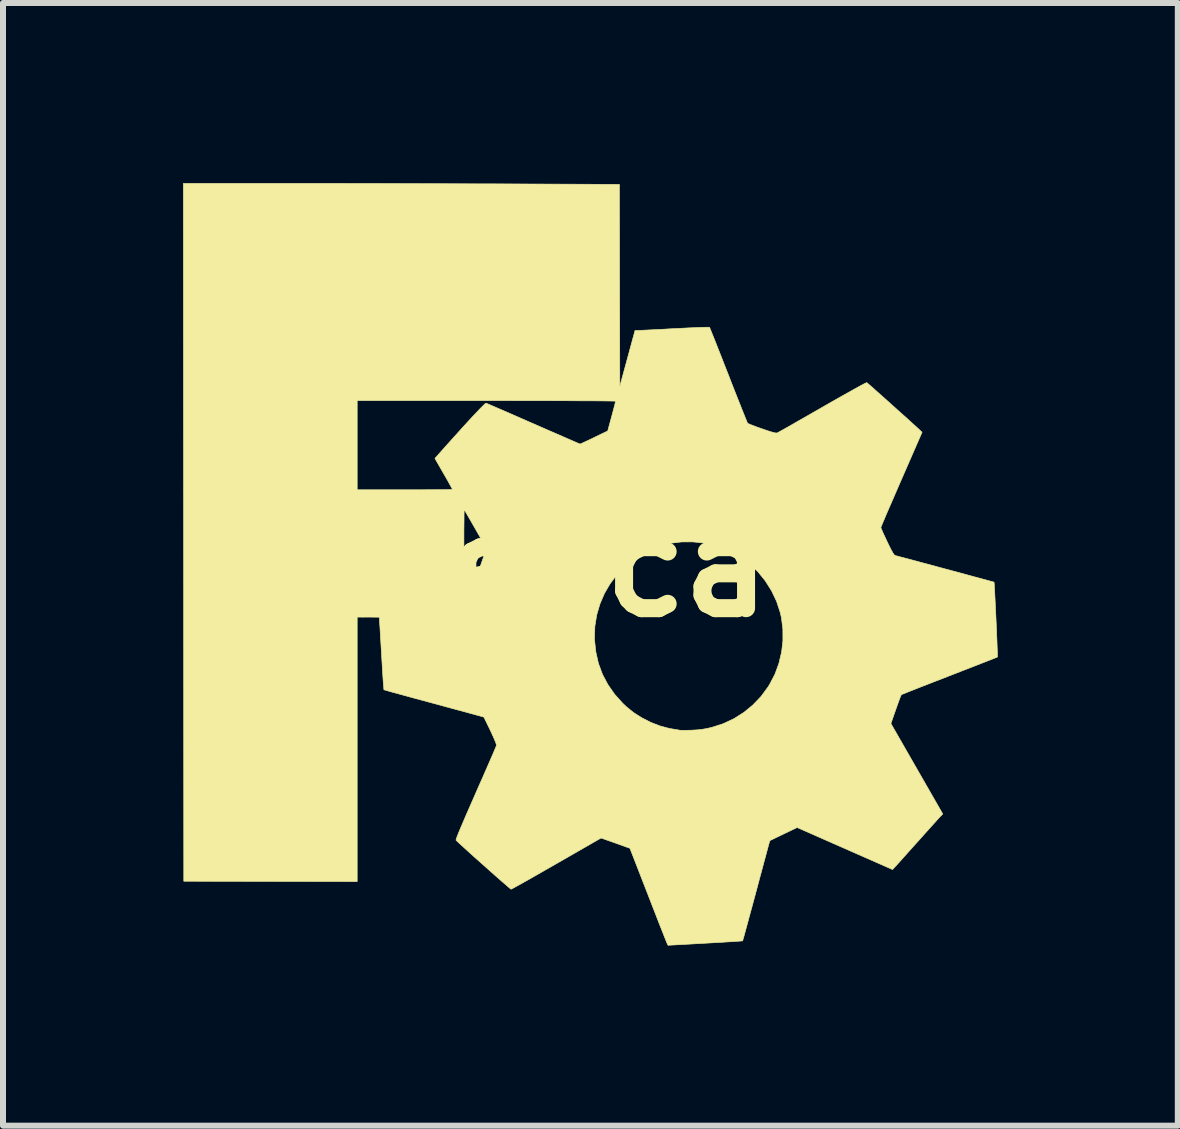
<source format=kicad_pcb>
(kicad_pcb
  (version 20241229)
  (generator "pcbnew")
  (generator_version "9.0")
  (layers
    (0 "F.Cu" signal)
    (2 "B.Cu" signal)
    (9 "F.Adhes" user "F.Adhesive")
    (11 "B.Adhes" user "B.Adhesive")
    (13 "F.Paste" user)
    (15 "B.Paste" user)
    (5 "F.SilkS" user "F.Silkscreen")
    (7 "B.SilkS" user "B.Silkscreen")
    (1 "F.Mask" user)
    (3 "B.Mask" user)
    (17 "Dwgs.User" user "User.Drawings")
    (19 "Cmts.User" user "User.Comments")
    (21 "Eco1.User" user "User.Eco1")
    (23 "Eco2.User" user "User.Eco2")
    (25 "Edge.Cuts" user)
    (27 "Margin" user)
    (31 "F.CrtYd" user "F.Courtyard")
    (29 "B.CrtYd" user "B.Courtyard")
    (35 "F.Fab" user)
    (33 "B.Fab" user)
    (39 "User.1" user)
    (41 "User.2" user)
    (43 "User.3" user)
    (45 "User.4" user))
  (footprint "freecad"
    (layer "F.Cu")
    (at 6.876 6.393)
    (property "Reference" "freecad" (at 0 0 0) (layer "F.SilkS") (effects (font (size 1.524 1.524) (thickness 0.3))))
    (attr through_hole)
    (fp_poly (pts (xy -5.363 -6.388) (xy -5.17 -6.388) (xy -4.955 -6.388) (xy -4.72 -6.388) (xy -4.469 -6.387) (xy -4.203 -6.387) (xy -3.927 -6.386) (xy -3.643 -6.386) (xy -3.354 -6.385) (xy -3.063 -6.384) (xy -2.773 -6.383) (xy -2.486 -6.382) (xy -2.206 -6.381) (xy -1.936 -6.38) (xy -1.73 -6.38) (xy 0.394 -6.371) (xy 0.397 -4.688) (xy 0.4 -3.004) (xy 0.654 -3.937) (xy 0.698 -3.937) (xy 0.72 -3.938) (xy 0.764 -3.94) (xy 0.828 -3.943) (xy 0.909 -3.947) (xy 1.005 -3.952) (xy 1.111 -3.957) (xy 1.226 -3.964) (xy 1.314 -3.968) (xy 1.432 -3.974) (xy 1.543 -3.98) (xy 1.642 -3.984) (xy 1.729 -3.988) (xy 1.8 -3.99) (xy 1.853 -3.991) (xy 1.885 -3.991) (xy 1.895 -3.99) (xy 1.901 -3.977) (xy 1.915 -3.942) (xy 1.937 -3.888) (xy 1.966 -3.816) (xy 2.001 -3.728) (xy 2.041 -3.626) (xy 2.086 -3.512) (xy 2.134 -3.389) (xy 2.186 -3.257) (xy 2.211 -3.194) (xy 2.263 -3.059) (xy 2.313 -2.932) (xy 2.36 -2.813) (xy 2.403 -2.705) (xy 2.441 -2.609) (xy 2.473 -2.529) (xy 2.499 -2.465) (xy 2.517 -2.42) (xy 2.527 -2.396) (xy 2.529 -2.392) (xy 2.544 -2.384) (xy 2.579 -2.369) (xy 2.631 -2.349) (xy 2.694 -2.325) (xy 2.766 -2.3) (xy 2.77 -2.299) (xy 2.853 -2.27) (xy 2.916 -2.25) (xy 2.962 -2.237) (xy 2.993 -2.23) (xy 3.015 -2.229) (xy 3.028 -2.232) (xy 3.043 -2.241) (xy 3.079 -2.261) (xy 3.133 -2.291) (xy 3.204 -2.331) (xy 3.288 -2.379) (xy 3.385 -2.435) (xy 3.493 -2.496) (xy 3.609 -2.563) (xy 3.732 -2.633) (xy 3.778 -2.66) (xy 3.902 -2.731) (xy 4.02 -2.798) (xy 4.13 -2.86) (xy 4.23 -2.916) (xy 4.317 -2.965) (xy 4.391 -3.006) (xy 4.449 -3.037) (xy 4.49 -3.058) (xy 4.511 -3.068) (xy 4.514 -3.069) (xy 4.525 -3.06) (xy 4.553 -3.036) (xy 4.596 -2.999) (xy 4.65 -2.951) (xy 4.714 -2.894) (xy 4.786 -2.83) (xy 4.862 -2.762) (xy 4.941 -2.691) (xy 5.021 -2.619) (xy 5.099 -2.549) (xy 5.174 -2.483) (xy 5.241 -2.421) (xy 5.3 -2.368) (xy 5.349 -2.324) (xy 5.384 -2.291) (xy 5.401 -2.275) (xy 5.436 -2.241) (xy 5.093 -1.455) (xy 5.035 -1.322) (xy 4.98 -1.195) (xy 4.929 -1.077) (xy 4.882 -0.97) (xy 4.841 -0.875) (xy 4.807 -0.794) (xy 4.78 -0.73) (xy 4.761 -0.684) (xy 4.751 -0.659) (xy 4.75 -0.654) (xy 4.755 -0.638) (xy 4.77 -0.603) (xy 4.792 -0.552) (xy 4.821 -0.491) (xy 4.853 -0.421) (xy 4.856 -0.416) (xy 4.894 -0.337) (xy 4.924 -0.279) (xy 4.947 -0.237) (xy 4.964 -0.21) (xy 4.979 -0.194) (xy 4.992 -0.187) (xy 4.995 -0.186) (xy 5.026 -0.178) (xy 5.077 -0.164) (xy 5.146 -0.146) (xy 5.23 -0.124) (xy 5.327 -0.098) (xy 5.433 -0.069) (xy 5.548 -0.039) (xy 5.667 -0.006) (xy 5.79 0.027) (xy 5.913 0.06) (xy 6.034 0.092) (xy 6.151 0.124) (xy 6.26 0.154) (xy 6.36 0.181) (xy 6.449 0.205) (xy 6.523 0.225) (xy 6.58 0.241) (xy 6.618 0.251) (xy 6.635 0.256) (xy 6.635 0.256) (xy 6.637 0.27) (xy 6.64 0.306) (xy 6.643 0.361) (xy 6.647 0.433) (xy 6.651 0.518) (xy 6.656 0.613) (xy 6.661 0.716) (xy 6.666 0.824) (xy 6.671 0.933) (xy 6.676 1.04) (xy 6.68 1.143) (xy 6.684 1.239) (xy 6.687 1.325) (xy 6.69 1.397) (xy 6.692 1.452) (xy 6.693 1.489) (xy 6.692 1.503) (xy 6.692 1.503) (xy 6.68 1.509) (xy 6.646 1.522) (xy 6.592 1.544) (xy 6.52 1.572) (xy 6.432 1.606) (xy 6.33 1.646) (xy 6.217 1.69) (xy 6.093 1.738) (xy 5.961 1.79) (xy 5.893 1.816) (xy 5.758 1.869) (xy 5.63 1.918) (xy 5.511 1.965) (xy 5.402 2.007) (xy 5.307 2.045) (xy 5.227 2.076) (xy 5.163 2.102) (xy 5.118 2.12) (xy 5.094 2.13) (xy 5.09 2.132) (xy 5.084 2.146) (xy 5.07 2.18) (xy 5.051 2.231) (xy 5.028 2.294) (xy 5.003 2.366) (xy 4.999 2.376) (xy 4.917 2.612) (xy 5.349 3.365) (xy 5.781 4.118) (xy 5.737 4.164) (xy 5.719 4.183) (xy 5.686 4.219) (xy 5.641 4.27) (xy 5.585 4.332) (xy 5.52 4.404) (xy 5.448 4.484) (xy 5.373 4.569) (xy 5.347 4.597) (xy 5.271 4.682) (xy 5.199 4.762) (xy 5.134 4.835) (xy 5.077 4.899) (xy 5.03 4.951) (xy 4.995 4.989) (xy 4.975 5.011) (xy 4.972 5.015) (xy 4.944 5.044) (xy 4.149 4.694) (xy 3.355 4.344) (xy 3.129 4.452) (xy 3.059 4.486) (xy 2.998 4.515) (xy 2.949 4.539) (xy 2.915 4.556) (xy 2.9 4.563) (xy 2.9 4.564) (xy 2.896 4.576) (xy 2.886 4.611) (xy 2.871 4.666) (xy 2.851 4.74) (xy 2.827 4.831) (xy 2.798 4.936) (xy 2.767 5.053) (xy 2.732 5.181) (xy 2.696 5.318) (xy 2.675 5.396) (xy 2.637 5.537) (xy 2.601 5.67) (xy 2.567 5.794) (xy 2.537 5.906) (xy 2.51 6.005) (xy 2.487 6.089) (xy 2.469 6.155) (xy 2.455 6.202) (xy 2.448 6.228) (xy 2.446 6.232) (xy 2.433 6.234) (xy 2.397 6.237) (xy 2.34 6.241) (xy 2.265 6.246) (xy 2.175 6.251) (xy 2.072 6.258) (xy 1.958 6.264) (xy 1.836 6.271) (xy 1.822 6.272) (xy 1.204 6.306) (xy 1.188 6.274) (xy 1.181 6.257) (xy 1.165 6.218) (xy 1.142 6.16) (xy 1.112 6.084) (xy 1.076 5.993) (xy 1.035 5.888) (xy 0.99 5.772) (xy 0.941 5.647) (xy 0.89 5.515) (xy 0.871 5.466) (xy 0.569 4.69) (xy 0.329 4.604) (xy 0.088 4.519) (xy -0.655 4.946) (xy -0.781 5.018) (xy -0.9 5.086) (xy -1.012 5.15) (xy -1.113 5.208) (xy -1.203 5.258) (xy -1.279 5.301) (xy -1.339 5.334) (xy -1.383 5.358) (xy -1.406 5.37) (xy -1.411 5.372) (xy -1.422 5.364) (xy -1.45 5.341) (xy -1.492 5.304) (xy -1.547 5.257) (xy -1.611 5.201) (xy -1.683 5.138) (xy -1.76 5.069) (xy -1.84 4.998) (xy -1.921 4.926) (xy -2.001 4.855) (xy -2.077 4.787) (xy -2.147 4.723) (xy -2.208 4.667) (xy -2.26 4.62) (xy -2.299 4.584) (xy -2.322 4.561) (xy -2.329 4.554) (xy -2.326 4.54) (xy -2.313 4.502) (xy -2.29 4.443) (xy -2.257 4.363) (xy -2.214 4.263) (xy -2.163 4.143) (xy -2.102 4.004) (xy -2.033 3.847) (xy -2 3.771) (xy -1.942 3.639) (xy -1.886 3.514) (xy -1.835 3.396) (xy -1.788 3.289) (xy -1.747 3.195) (xy -1.712 3.115) (xy -1.685 3.051) (xy -1.666 3.006) (xy -1.656 2.981) (xy -1.654 2.977) (xy -1.658 2.955) (xy -1.673 2.913) (xy -1.698 2.854) (xy -1.732 2.779) (xy -1.756 2.727) (xy -1.864 2.505) (xy -1.932 2.485) (xy -1.956 2.479) (xy -2.003 2.466) (xy -2.069 2.448) (xy -2.153 2.425) (xy -2.252 2.398) (xy -2.364 2.368) (xy -2.486 2.335) (xy -2.617 2.299) (xy -2.753 2.262) (xy -2.762 2.26) (xy -2.897 2.223) (xy -3.024 2.189) (xy -3.141 2.157) (xy -3.247 2.128) (xy -3.339 2.103) (xy -3.416 2.082) (xy -3.474 2.065) (xy -3.513 2.054) (xy -3.529 2.049) (xy -3.53 2.049) (xy -3.531 2.036) (xy -3.534 2) (xy -3.539 1.944) (xy -3.544 1.869) (xy -3.55 1.78) (xy -3.556 1.677) (xy -3.563 1.564) (xy -3.57 1.445) (xy -3.577 1.324) (xy -3.584 1.211) (xy -3.586 1.183) (xy -0.022 1.183) (xy -0.021 1.213) (xy 0.0004 1.416) (xy 0.044 1.609) (xy 0.111 1.791) (xy 0.202 1.963) (xy 0.315 2.125) (xy 0.452 2.277) (xy 0.508 2.33) (xy 0.63 2.429) (xy 0.769 2.517) (xy 0.918 2.593) (xy 1.071 2.652) (xy 1.221 2.692) (xy 1.254 2.698) (xy 1.308 2.707) (xy 1.356 2.715) (xy 1.39 2.721) (xy 1.397 2.723) (xy 1.421 2.724) (xy 1.465 2.725) (xy 1.523 2.724) (xy 1.588 2.723) (xy 1.6 2.722) (xy 1.692 2.717) (xy 1.771 2.708) (xy 1.849 2.695) (xy 1.937 2.674) (xy 2.124 2.614) (xy 2.301 2.531) (xy 2.466 2.427) (xy 2.617 2.303) (xy 2.753 2.161) (xy 2.87 2.002) (xy 2.896 1.96) (xy 2.985 1.79) (xy 3.051 1.609) (xy 3.096 1.421) (xy 3.118 1.23) (xy 3.117 1.038) (xy 3.093 0.848) (xy 3.073 0.761) (xy 3.012 0.575) (xy 2.928 0.399) (xy 2.824 0.234) (xy 2.702 0.083) (xy 2.562 -0.051) (xy 2.406 -0.167) (xy 2.33 -0.214) (xy 2.166 -0.294) (xy 1.989 -0.354) (xy 1.804 -0.395) (xy 1.616 -0.415) (xy 1.428 -0.414) (xy 1.245 -0.392) (xy 1.144 -0.369) (xy 0.959 -0.307) (xy 0.785 -0.223) (xy 0.625 -0.121) (xy 0.479 -0.000461) (xy 0.349 0.135) (xy 0.237 0.285) (xy 0.143 0.447) (xy 0.069 0.62) (xy 0.016 0.801) (xy -0.015 0.99) (xy -0.022 1.183) (xy -3.586 1.183) (xy -3.59 1.109) (xy -3.595 1.019) (xy -3.6 0.946) (xy -3.603 0.89) (xy -3.605 0.854) (xy -3.606 0.841) (xy -3.618 0.84) (xy -3.651 0.839) (xy -3.701 0.839) (xy -3.762 0.838) (xy -3.791 0.838) (xy -3.975 0.838) (xy -3.975 5.245) (xy -6.864 5.239) (xy -6.867 -0.355) (xy -2.197 -0.355) (xy -2.197 0.254) (xy -2.134 0.229) (xy -2.088 0.211) (xy -2.044 0.193) (xy -2.029 0.186) (xy -2.01 0.177) (xy -1.996 0.165) (xy -1.983 0.145) (xy -1.968 0.112) (xy -1.95 0.064) (xy -1.931 0.011) (xy -1.907 -0.057) (xy -1.884 -0.124) (xy -1.863 -0.183) (xy -1.847 -0.224) (xy -1.818 -0.302) (xy -2.002 -0.624) (xy -2.049 -0.706) (xy -2.092 -0.781) (xy -2.129 -0.845) (xy -2.159 -0.897) (xy -2.18 -0.933) (xy -2.191 -0.95) (xy -2.191 -0.951) (xy -2.193 -0.94) (xy -2.194 -0.906) (xy -2.195 -0.851) (xy -2.195 -0.778) (xy -2.196 -0.69) (xy -2.197 -0.588) (xy -2.197 -0.476) (xy -2.197 -0.355) (xy -6.867 -0.355) (xy -6.869 -2.769) (xy -3.975 -2.769) (xy -3.975 -1.283) (xy -3.181 -1.283) (xy -3.042 -1.283) (xy -2.91 -1.283) (xy -2.789 -1.284) (xy -2.679 -1.284) (xy -2.584 -1.285) (xy -2.505 -1.286) (xy -2.445 -1.287) (xy -2.405 -1.288) (xy -2.388 -1.289) (xy -2.388 -1.289) (xy -2.394 -1.302) (xy -2.411 -1.333) (xy -2.437 -1.38) (xy -2.47 -1.44) (xy -2.509 -1.508) (xy -2.534 -1.551) (xy -2.68 -1.806) (xy -2.632 -1.86) (xy -2.522 -1.984) (xy -2.415 -2.103) (xy -2.313 -2.216) (xy -2.218 -2.322) (xy -2.13 -2.418) (xy -2.051 -2.504) (xy -1.981 -2.577) (xy -1.924 -2.638) (xy -1.878 -2.684) (xy -1.847 -2.714) (xy -1.831 -2.726) (xy -1.829 -2.726) (xy -1.814 -2.72) (xy -1.778 -2.705) (xy -1.723 -2.681) (xy -1.651 -2.65) (xy -1.563 -2.612) (xy -1.461 -2.568) (xy -1.349 -2.519) (xy -1.226 -2.465) (xy -1.097 -2.408) (xy -1.038 -2.383) (xy -0.906 -2.325) (xy -0.781 -2.27) (xy -0.665 -2.22) (xy -0.56 -2.174) (xy -0.468 -2.134) (xy -0.39 -2.1) (xy -0.328 -2.073) (xy -0.286 -2.055) (xy -0.263 -2.046) (xy -0.261 -2.045) (xy -0.248 -2.05) (xy -0.216 -2.065) (xy -0.168 -2.087) (xy -0.108 -2.115) (xy -0.039 -2.148) (xy -0.028 -2.154) (xy 0.199 -2.263) (xy 0.265 -2.506) (xy 0.285 -2.581) (xy 0.303 -2.648) (xy 0.317 -2.702) (xy 0.326 -2.74) (xy 0.33 -2.758) (xy 0.33 -2.759) (xy 0.318 -2.76) (xy 0.281 -2.761) (xy 0.222 -2.762) (xy 0.141 -2.763) (xy 0.04 -2.764) (xy -0.08 -2.765) (xy -0.217 -2.765) (xy -0.371 -2.766) (xy -0.54 -2.767) (xy -0.722 -2.767) (xy -0.917 -2.768) (xy -1.122 -2.768) (xy -1.338 -2.768) (xy -1.562 -2.769) (xy -1.793 -2.769) (xy -3.975 -2.769) (xy -6.869 -2.769) (xy -6.871 -6.388) (xy -5.363 -6.388)) (stroke (width 0.01) (type solid)) (fill yes) (layer "F.SilkS")))
  (gr_rect
    (start -3 -3)
    (end 16.573 15.704)
    (stroke (width 0.1) (type default))
    (fill no)
    (layer "Edge.Cuts")))
</source>
